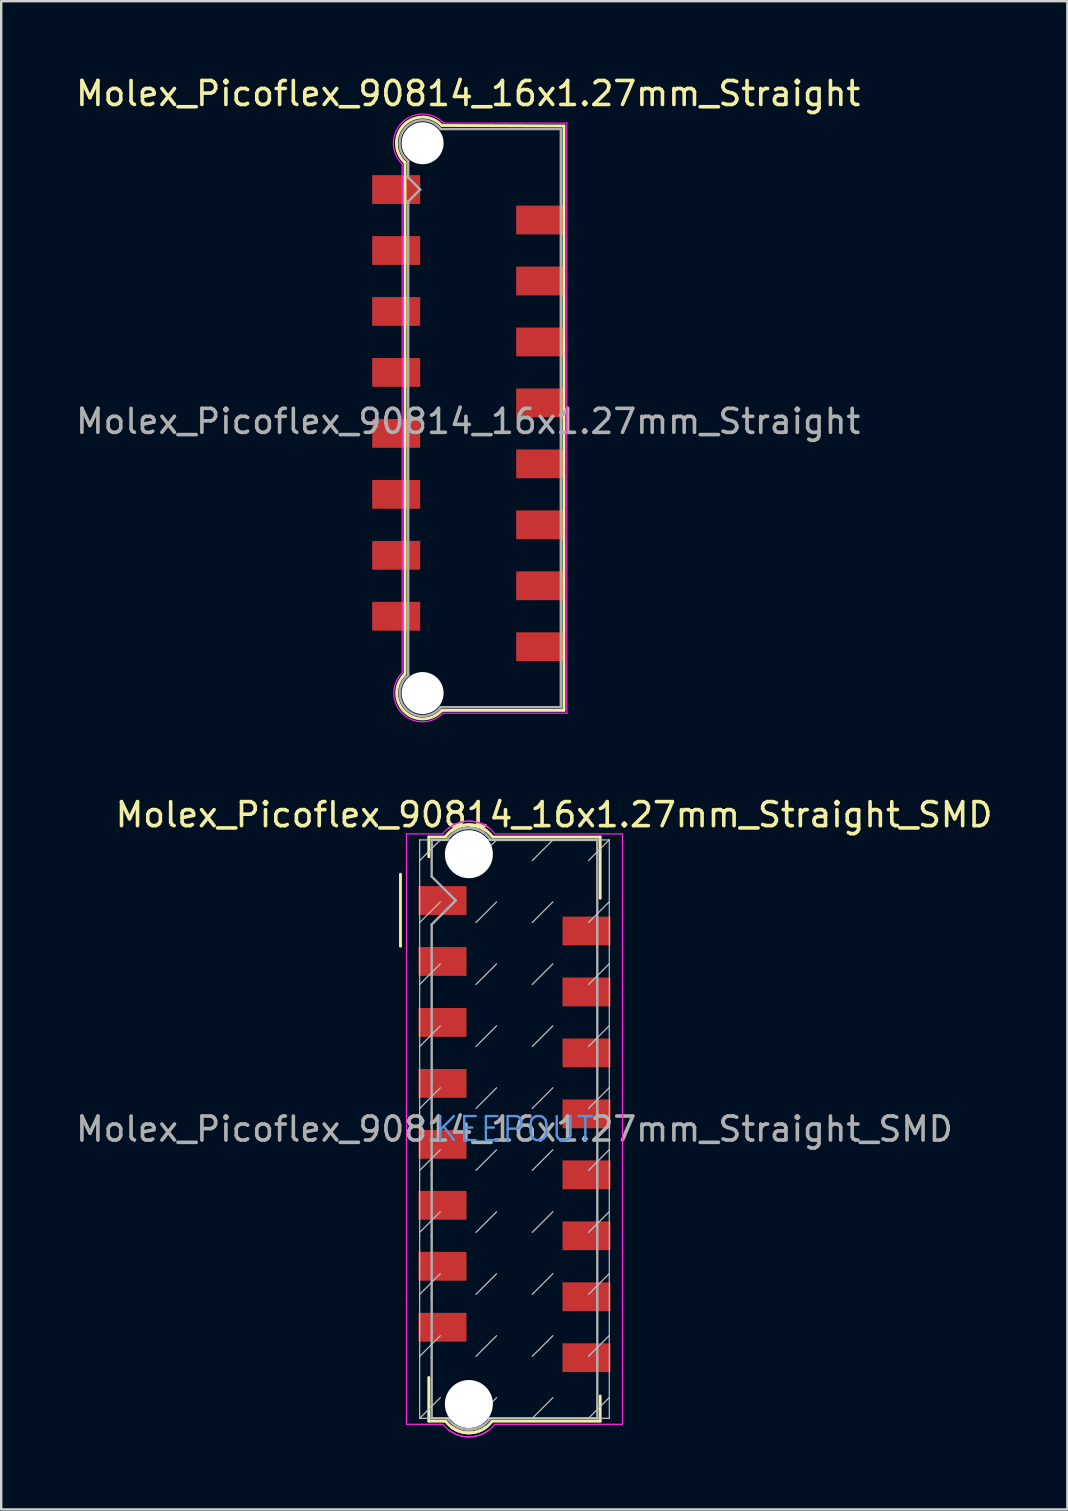
<source format=kicad_pcb>
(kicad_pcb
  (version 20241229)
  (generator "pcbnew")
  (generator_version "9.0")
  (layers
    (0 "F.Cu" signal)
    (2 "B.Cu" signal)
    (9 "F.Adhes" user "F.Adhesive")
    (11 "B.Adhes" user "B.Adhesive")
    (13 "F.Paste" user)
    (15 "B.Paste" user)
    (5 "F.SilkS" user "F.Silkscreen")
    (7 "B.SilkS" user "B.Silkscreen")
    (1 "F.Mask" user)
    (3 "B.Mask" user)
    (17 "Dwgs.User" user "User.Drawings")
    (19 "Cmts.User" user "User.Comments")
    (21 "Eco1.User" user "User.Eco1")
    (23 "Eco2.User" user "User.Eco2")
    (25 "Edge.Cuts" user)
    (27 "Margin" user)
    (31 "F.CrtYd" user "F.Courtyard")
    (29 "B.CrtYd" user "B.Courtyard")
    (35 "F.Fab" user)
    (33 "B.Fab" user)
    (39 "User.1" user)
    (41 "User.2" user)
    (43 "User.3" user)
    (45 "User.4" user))
  (footprint "Molex_Picoflex_90814_16x1.27mm_Straight"
    (layer "F.Cu")
    (at 13.458 4.848)
    (property "Reference" "Molex_Picoflex_90814_16x1.27mm_Straight" (at 3 -4 0) (layer "F.SilkS") (effects (font (size 1 1) (thickness 0.15))))
    (attr through_hole)
    (fp_line (start 0.37 -1.12) (end 0.37 20.17) (stroke (width 0.12) (type solid)) (layer "F.SilkS"))
    (fp_line (start 1.91 -2.67) (end 6.99 -2.65) (stroke (width 0.12) (type solid)) (layer "F.SilkS"))
    (fp_line (start 6.99 -2.65) (end 6.99 21.7) (stroke (width 0.12) (type solid)) (layer "F.SilkS"))
    (fp_line (start 6.99 21.7) (end 1.9 21.7) (stroke (width 0.12) (type solid)) (layer "F.SilkS"))
    (fp_arc (start 0.37 -1.12) (mid 0.323949 -2.695992) (end 1.900408 -2.670505) (stroke (width 0.12) (type solid)) (layer "F.SilkS"))
    (fp_arc (start 1.9 21.705) (mid 0.352266 21.758793) (end 0.34306 20.210151) (stroke (width 0.12) (type solid)) (layer "F.SilkS"))
    (fp_line (start 0.25 -1.07) (end 0.25 20.16) (stroke (width 0.05) (type solid)) (layer "F.CrtYd"))
    (fp_line (start 1.98 -2.77) (end 7.11 -2.77) (stroke (width 0.05) (type solid)) (layer "F.CrtYd"))
    (fp_line (start 7.11 -2.77) (end 7.11 21.82) (stroke (width 0.05) (type solid)) (layer "F.CrtYd"))
    (fp_line (start 7.11 21.82) (end 1.95 21.82) (stroke (width 0.05) (type solid)) (layer "F.CrtYd"))
    (fp_arc (start 0.25 -1.06) (mid 0.244967 -2.795054) (end 1.979845 -2.769805) (stroke (width 0.05) (type solid)) (layer "F.CrtYd"))
    (fp_arc (start 1.95 21.82) (mid 0.263717 21.833657) (end 0.242702 20.14745) (stroke (width 0.05) (type solid)) (layer "F.CrtYd"))
    (fp_line (start 0.5 -1.17) (end 0.5 -0.5) (stroke (width 0.1) (type solid)) (layer "F.Fab"))
    (fp_line (start 0.5 -0.5) (end 1 0) (stroke (width 0.1) (type solid)) (layer "F.Fab"))
    (fp_line (start 0.5 0.5) (end 0.5 20.22) (stroke (width 0.1) (type solid)) (layer "F.Fab"))
    (fp_line (start 1 0) (end 0.5 0.5) (stroke (width 0.1) (type solid)) (layer "F.Fab"))
    (fp_line (start 1.86 -2.52) (end 6.86 -2.52) (stroke (width 0.1) (type solid)) (layer "F.Fab"))
    (fp_line (start 6.86 -2.52) (end 6.86 21.57) (stroke (width 0.1) (type solid)) (layer "F.Fab"))
    (fp_line (start 6.86 21.57) (end 1.85 21.57) (stroke (width 0.1) (type solid)) (layer "F.Fab"))
    (fp_arc (start 0.5 -1.18) (mid 0.422743 -2.611045) (end 1.853335 -2.525807) (stroke (width 0.1) (type solid)) (layer "F.Fab"))
    (fp_arc (start 1.85 21.575) (mid 0.423923 21.657823) (end 0.503068 20.231537) (stroke (width 0.1) (type solid)) (layer "F.Fab"))
    (fp_text user "${REFERENCE}" (at 3 9.66 0) (layer "F.Fab") (effects (font (size 1 1) (thickness 0.15))))
    (pad "" np_thru_hole circle (at 1.1 -1.93) (size 1.75 1.75) (drill 1.75) (layers "*.Cu"))
    (pad "" np_thru_hole circle (at 1.1 20.98) (size 1.75 1.75) (drill 1.75) (layers "*.Cu"))
    (pad "1" smd rect (at 0 0) (size 2 1.2) (layers "F.Cu" "F.Mask" "F.Paste"))
    (pad "2" smd rect (at 6 1.27) (size 2 1.2) (layers "F.Cu" "F.Mask" "F.Paste"))
    (pad "3" smd rect (at 0 2.54) (size 2 1.2) (layers "F.Cu" "F.Mask" "F.Paste"))
    (pad "4" smd rect (at 6 3.81) (size 2 1.2) (layers "F.Cu" "F.Mask" "F.Paste"))
    (pad "5" smd rect (at 0 5.08) (size 2 1.2) (layers "F.Cu" "F.Mask" "F.Paste"))
    (pad "6" smd rect (at 6 6.35) (size 2 1.2) (layers "F.Cu" "F.Mask" "F.Paste"))
    (pad "7" smd rect (at 0 7.62) (size 2 1.2) (layers "F.Cu" "F.Mask" "F.Paste"))
    (pad "8" smd rect (at 6 8.89) (size 2 1.2) (layers "F.Cu" "F.Mask" "F.Paste"))
    (pad "9" smd rect (at 0 10.16) (size 2 1.2) (layers "F.Cu" "F.Mask" "F.Paste"))
    (pad "10" smd rect (at 6 11.43) (size 2 1.2) (layers "F.Cu" "F.Mask" "F.Paste"))
    (pad "11" smd rect (at 0 12.7) (size 2 1.2) (layers "F.Cu" "F.Mask" "F.Paste"))
    (pad "12" smd rect (at 6 13.97) (size 2 1.2) (layers "F.Cu" "F.Mask" "F.Paste"))
    (pad "13" smd rect (at 0 15.24) (size 2 1.2) (layers "F.Cu" "F.Mask" "F.Paste"))
    (pad "14" smd rect (at 6 16.51) (size 2 1.2) (layers "F.Cu" "F.Mask" "F.Paste"))
    (pad "15" smd rect (at 0 17.78) (size 2 1.2) (layers "F.Cu" "F.Mask" "F.Paste"))
    (pad "16" smd rect (at 6 19.05) (size 2 1.2) (layers "F.Cu" "F.Mask" "F.Paste")))
  (footprint "Molex_Picoflex_90814_16x1.27mm_Straight_SMD"
    (layer "F.Cu")
    (at 18.387 43.997)
    (property "Reference" "Molex_Picoflex_90814_16x1.27mm_Straight_SMD" (at 1.65 -13.1 0) (layer "F.SilkS") (effects (font (size 1 1) (thickness 0.15))))
    (attr smd)
    (fp_line (start -4.75 -10.62) (end -4.75 -7.62) (stroke (width 0.12) (type solid)) (layer "F.SilkS"))
    (fp_line (start -3.57 -12.17) (end -2.89 -12.17) (stroke (width 0.12) (type solid)) (layer "F.SilkS"))
    (fp_line (start -3.57 -11.35) (end -3.57 -12.17) (stroke (width 0.12) (type solid)) (layer "F.SilkS"))
    (fp_line (start -3.57 12.17) (end -3.57 10.35) (stroke (width 0.12) (type solid)) (layer "F.SilkS"))
    (fp_line (start -2.87 12.17) (end -3.57 12.17) (stroke (width 0.12) (type solid)) (layer "F.SilkS"))
    (fp_line (start -0.89 -12.17) (end 3.57 -12.17) (stroke (width 0.12) (type solid)) (layer "F.SilkS"))
    (fp_line (start 3.57 -12.17) (end 3.57 -9.62) (stroke (width 0.12) (type solid)) (layer "F.SilkS"))
    (fp_line (start 3.57 11.12) (end 3.57 12.17) (stroke (width 0.12) (type solid)) (layer "F.SilkS"))
    (fp_line (start 3.57 12.17) (end -0.9 12.17) (stroke (width 0.12) (type solid)) (layer "F.SilkS"))
    (fp_arc (start -2.88 -12.18) (mid -2.083848 -12.662082) (end -1.18 -12.44) (stroke (width 0.12) (type solid)) (layer "F.SilkS"))
    (fp_arc (start -2.61 -12.45) (mid -1.70201 -12.662082) (end -0.91 -12.17) (stroke (width 0.12) (type solid)) (layer "F.SilkS"))
    (fp_arc (start -1.18 12.42) (mid -2.076777 12.64501) (end -2.87 12.17) (stroke (width 0.12) (type solid)) (layer "F.SilkS"))
    (fp_arc (start -0.93 12.17) (mid -1.723223 12.64501) (end -2.62 12.42) (stroke (width 0.12) (type solid)) (layer "F.SilkS"))
    (fp_line (start -3.95 -11.19) (end -3.09 -12.05) (stroke (width 0.05) (type solid)) (layer "Dwgs.User"))
    (fp_line (start -3.95 -8.608) (end -3.09 -9.468) (stroke (width 0.05) (type solid)) (layer "Dwgs.User"))
    (fp_line (start -3.95 -6.026) (end -3.09 -6.886) (stroke (width 0.05) (type solid)) (layer "Dwgs.User"))
    (fp_line (start -3.95 -3.443) (end -3.09 -4.303) (stroke (width 0.05) (type solid)) (layer "Dwgs.User"))
    (fp_line (start -3.95 -0.861) (end -3.09 -1.721) (stroke (width 0.05) (type solid)) (layer "Dwgs.User"))
    (fp_line (start -3.95 -0.65) (end -3.95 -12.05) (stroke (width 0.05) (type solid)) (layer "Dwgs.User"))
    (fp_line (start -3.95 1.721) (end -3.09 0.861) (stroke (width 0.05) (type solid)) (layer "Dwgs.User"))
    (fp_line (start -3.95 1.89) (end -3.95 -0.65) (stroke (width 0.05) (type solid)) (layer "Dwgs.User"))
    (fp_line (start -3.95 4.303) (end -3.09 3.443) (stroke (width 0.05) (type solid)) (layer "Dwgs.User"))
    (fp_line (start -3.95 4.43) (end -3.95 1.89) (stroke (width 0.05) (type solid)) (layer "Dwgs.User"))
    (fp_line (start -3.95 4.43) (end -3.95 6.97) (stroke (width 0.05) (type solid)) (layer "Dwgs.User"))
    (fp_line (start -3.95 6.885) (end -3.09 6.025) (stroke (width 0.05) (type solid)) (layer "Dwgs.User"))
    (fp_line (start -3.95 6.97) (end -3.95 9.51) (stroke (width 0.05) (type solid)) (layer "Dwgs.User"))
    (fp_line (start -3.95 9.468) (end -3.09 8.608) (stroke (width 0.05) (type solid)) (layer "Dwgs.User"))
    (fp_line (start -3.95 9.51) (end -3.95 12.05) (stroke (width 0.05) (type solid)) (layer "Dwgs.User"))
    (fp_line (start -3.95 12.05) (end -3.09 11.19) (stroke (width 0.05) (type solid)) (layer "Dwgs.User"))
    (fp_line (start -3.95 12.05) (end 3.95 12.05) (stroke (width 0.05) (type solid)) (layer "Dwgs.User"))
    (fp_line (start -1.605 -11.19) (end -0.745 -12.05) (stroke (width 0.05) (type solid)) (layer "Dwgs.User"))
    (fp_line (start -1.605 -8.608) (end -0.745 -9.468) (stroke (width 0.05) (type solid)) (layer "Dwgs.User"))
    (fp_line (start -1.605 -6.026) (end -0.745 -6.886) (stroke (width 0.05) (type solid)) (layer "Dwgs.User"))
    (fp_line (start -1.605 -3.443) (end -0.745 -4.303) (stroke (width 0.05) (type solid)) (layer "Dwgs.User"))
    (fp_line (start -1.605 -0.861) (end -0.745 -1.721) (stroke (width 0.05) (type solid)) (layer "Dwgs.User"))
    (fp_line (start -1.605 1.721) (end -0.745 0.861) (stroke (width 0.05) (type solid)) (layer "Dwgs.User"))
    (fp_line (start -1.605 4.303) (end -0.745 3.443) (stroke (width 0.05) (type solid)) (layer "Dwgs.User"))
    (fp_line (start -1.605 6.885) (end -0.745 6.025) (stroke (width 0.05) (type solid)) (layer "Dwgs.User"))
    (fp_line (start -1.605 9.468) (end -0.745 8.608) (stroke (width 0.05) (type solid)) (layer "Dwgs.User"))
    (fp_line (start -1.605 12.05) (end -0.745 11.19) (stroke (width 0.05) (type solid)) (layer "Dwgs.User"))
    (fp_line (start 0.74 -11.19) (end 1.6 -12.05) (stroke (width 0.05) (type solid)) (layer "Dwgs.User"))
    (fp_line (start 0.74 -8.608) (end 1.6 -9.468) (stroke (width 0.05) (type solid)) (layer "Dwgs.User"))
    (fp_line (start 0.74 -6.026) (end 1.6 -6.886) (stroke (width 0.05) (type solid)) (layer "Dwgs.User"))
    (fp_line (start 0.74 -3.443) (end 1.6 -4.303) (stroke (width 0.05) (type solid)) (layer "Dwgs.User"))
    (fp_line (start 0.74 -0.861) (end 1.6 -1.721) (stroke (width 0.05) (type solid)) (layer "Dwgs.User"))
    (fp_line (start 0.74 1.721) (end 1.6 0.861) (stroke (width 0.05) (type solid)) (layer "Dwgs.User"))
    (fp_line (start 0.74 4.303) (end 1.6 3.443) (stroke (width 0.05) (type solid)) (layer "Dwgs.User"))
    (fp_line (start 0.74 6.885) (end 1.6 6.025) (stroke (width 0.05) (type solid)) (layer "Dwgs.User"))
    (fp_line (start 0.74 9.468) (end 1.6 8.608) (stroke (width 0.05) (type solid)) (layer "Dwgs.User"))
    (fp_line (start 0.74 12.05) (end 1.6 11.19) (stroke (width 0.05) (type solid)) (layer "Dwgs.User"))
    (fp_line (start 3.085 -11.19) (end 3.945 -12.05) (stroke (width 0.05) (type solid)) (layer "Dwgs.User"))
    (fp_line (start 3.085 -8.608) (end 3.945 -9.468) (stroke (width 0.05) (type solid)) (layer "Dwgs.User"))
    (fp_line (start 3.085 -6.026) (end 3.945 -6.886) (stroke (width 0.05) (type solid)) (layer "Dwgs.User"))
    (fp_line (start 3.085 -3.443) (end 3.945 -4.303) (stroke (width 0.05) (type solid)) (layer "Dwgs.User"))
    (fp_line (start 3.085 -0.861) (end 3.945 -1.721) (stroke (width 0.05) (type solid)) (layer "Dwgs.User"))
    (fp_line (start 3.085 1.721) (end 3.945 0.861) (stroke (width 0.05) (type solid)) (layer "Dwgs.User"))
    (fp_line (start 3.085 4.303) (end 3.945 3.443) (stroke (width 0.05) (type solid)) (layer "Dwgs.User"))
    (fp_line (start 3.085 6.885) (end 3.945 6.025) (stroke (width 0.05) (type solid)) (layer "Dwgs.User"))
    (fp_line (start 3.085 9.468) (end 3.945 8.608) (stroke (width 0.05) (type solid)) (layer "Dwgs.User"))
    (fp_line (start 3.085 12.05) (end 3.945 11.19) (stroke (width 0.05) (type solid)) (layer "Dwgs.User"))
    (fp_line (start 3.95 -12.05) (end -3.95 -12.05) (stroke (width 0.05) (type solid)) (layer "Dwgs.User"))
    (fp_line (start 3.95 -12.05) (end 3.95 -0.65) (stroke (width 0.05) (type solid)) (layer "Dwgs.User"))
    (fp_line (start 3.95 -0.65) (end 3.95 1.89) (stroke (width 0.05) (type solid)) (layer "Dwgs.User"))
    (fp_line (start 3.95 1.89) (end 3.95 4.43) (stroke (width 0.05) (type solid)) (layer "Dwgs.User"))
    (fp_line (start 3.95 4.43) (end 3.95 6.97) (stroke (width 0.05) (type solid)) (layer "Dwgs.User"))
    (fp_line (start 3.95 9.51) (end 3.95 6.97) (stroke (width 0.05) (type solid)) (layer "Dwgs.User"))
    (fp_line (start 3.95 9.51) (end 3.95 12.05) (stroke (width 0.05) (type solid)) (layer "Dwgs.User"))
    (fp_line (start -4.5 -12.3) (end -4.5 -0.4) (stroke (width 0.05) (type solid)) (layer "F.CrtYd"))
    (fp_line (start -4.5 -0.4) (end -4.5 2.14) (stroke (width 0.05) (type solid)) (layer "F.CrtYd"))
    (fp_line (start -4.5 2.14) (end -4.5 4.68) (stroke (width 0.05) (type solid)) (layer "F.CrtYd"))
    (fp_line (start -4.5 7.22) (end -4.5 4.68) (stroke (width 0.05) (type solid)) (layer "F.CrtYd"))
    (fp_line (start -4.5 9.76) (end -4.5 7.22) (stroke (width 0.05) (type solid)) (layer "F.CrtYd"))
    (fp_line (start -4.5 12.3) (end -4.5 9.76) (stroke (width 0.05) (type solid)) (layer "F.CrtYd"))
    (fp_line (start -4.5 12.3) (end -2.97 12.3) (stroke (width 0.05) (type solid)) (layer "F.CrtYd"))
    (fp_line (start -2.99 -12.3) (end -4.5 -12.3) (stroke (width 0.05) (type solid)) (layer "F.CrtYd"))
    (fp_line (start -0.82 -12.3) (end 4.5 -12.3) (stroke (width 0.05) (type solid)) (layer "F.CrtYd"))
    (fp_line (start 4.5 -12.3) (end 4.5 -0.4) (stroke (width 0.05) (type solid)) (layer "F.CrtYd"))
    (fp_line (start 4.5 2.14) (end 4.5 -0.4) (stroke (width 0.05) (type solid)) (layer "F.CrtYd"))
    (fp_line (start 4.5 4.68) (end 4.5 2.14) (stroke (width 0.05) (type solid)) (layer "F.CrtYd"))
    (fp_line (start 4.5 4.68) (end 4.5 7.22) (stroke (width 0.05) (type solid)) (layer "F.CrtYd"))
    (fp_line (start 4.5 9.76) (end 4.5 7.22) (stroke (width 0.05) (type solid)) (layer "F.CrtYd"))
    (fp_line (start 4.5 12.3) (end -0.82 12.3) (stroke (width 0.05) (type solid)) (layer "F.CrtYd"))
    (fp_line (start 4.5 12.3) (end 4.5 9.76) (stroke (width 0.05) (type solid)) (layer "F.CrtYd"))
    (fp_arc (start -2.99 -12.3) (mid -2.076777 -12.824716) (end -1.06 -12.55) (stroke (width 0.05) (type solid)) (layer "F.CrtYd"))
    (fp_arc (start -2.76 -12.53) (mid -1.751508 -12.824716) (end -0.83 -12.32) (stroke (width 0.05) (type solid)) (layer "F.CrtYd"))
    (fp_arc (start -1.04 12.52) (mid -2.048492 12.814716) (end -2.97 12.31) (stroke (width 0.05) (type solid)) (layer "F.CrtYd"))
    (fp_arc (start -0.82 12.3) (mid -1.737365 12.814716) (end -2.75 12.53) (stroke (width 0.05) (type solid)) (layer "F.CrtYd"))
    (fp_line (start -3.45 -12.05) (end -3.45 -10.525) (stroke (width 0.1) (type solid)) (layer "F.Fab"))
    (fp_line (start -3.45 -12.05) (end -2.81 -12.05) (stroke (width 0.1) (type solid)) (layer "F.Fab"))
    (fp_line (start -3.45 -8.525) (end -2.45 -9.525) (stroke (width 0.1) (type solid)) (layer "F.Fab"))
    (fp_line (start -3.45 -0.65) (end -3.45 -8.525) (stroke (width 0.1) (type solid)) (layer "F.Fab"))
    (fp_line (start -3.45 -0.65) (end -3.45 1.89) (stroke (width 0.1) (type solid)) (layer "F.Fab"))
    (fp_line (start -3.45 1.89) (end -3.45 4.43) (stroke (width 0.1) (type solid)) (layer "F.Fab"))
    (fp_line (start -3.45 4.43) (end -3.45 6.97) (stroke (width 0.1) (type solid)) (layer "F.Fab"))
    (fp_line (start -3.45 6.97) (end -3.45 9.51) (stroke (width 0.1) (type solid)) (layer "F.Fab"))
    (fp_line (start -3.45 9.51) (end -3.45 12.05) (stroke (width 0.1) (type solid)) (layer "F.Fab"))
    (fp_line (start -3.45 12.05) (end -2.79 12.05) (stroke (width 0.1) (type solid)) (layer "F.Fab"))
    (fp_line (start -2.45 -9.525) (end -3.45 -10.525) (stroke (width 0.1) (type solid)) (layer "F.Fab"))
    (fp_line (start -1 -12.05) (end 3.45 -12.05) (stroke (width 0.1) (type solid)) (layer "F.Fab"))
    (fp_line (start 3.45 -12.05) (end 3.45 -0.65) (stroke (width 0.1) (type solid)) (layer "F.Fab"))
    (fp_line (start 3.45 -0.65) (end 3.45 1.89) (stroke (width 0.1) (type solid)) (layer "F.Fab"))
    (fp_line (start 3.45 1.89) (end 3.45 4.43) (stroke (width 0.1) (type solid)) (layer "F.Fab"))
    (fp_line (start 3.45 4.43) (end 3.45 6.97) (stroke (width 0.1) (type solid)) (layer "F.Fab"))
    (fp_line (start 3.45 6.97) (end 3.45 9.51) (stroke (width 0.1) (type solid)) (layer "F.Fab"))
    (fp_line (start 3.45 9.51) (end 3.45 12.05) (stroke (width 0.1) (type solid)) (layer "F.Fab"))
    (fp_line (start 3.45 12.05) (end -1 12.05) (stroke (width 0.1) (type solid)) (layer "F.Fab"))
    (fp_arc (start -2.81 -12.06) (mid -2.119203 -12.527731) (end -1.3 -12.37) (stroke (width 0.1) (type solid)) (layer "F.Fab"))
    (fp_arc (start -2.49 -12.37) (mid -1.673726 -12.52066) (end -0.99 -12.05) (stroke (width 0.1) (type solid)) (layer "F.Fab"))
    (fp_arc (start -1.29 12.33) (mid -2.09799 12.50066) (end -2.79 12.05) (stroke (width 0.1) (type solid)) (layer "F.Fab"))
    (fp_arc (start -1.01 12.05) (mid -1.70201 12.50066) (end -2.51 12.33) (stroke (width 0.1) (type solid)) (layer "F.Fab"))
    (fp_text user "KEEPOUT" (at 0 0 0) (layer "Cmts.User") (effects (font (size 1 1) (thickness 0.1))))
    (fp_text user "${REFERENCE}" (at 0 0 0) (layer "F.Fab") (effects (font (size 1 1) (thickness 0.15))))
    (pad "" np_thru_hole circle (at -1.9 -11.455) (size 2 2) (drill 2) (layers "*.Cu" "*.Mask"))
    (pad "" np_thru_hole circle (at -1.9 11.455) (size 2 2) (drill 2) (layers "*.Cu" "*.Mask"))
    (pad "1" smd rect (at -3 -9.525) (size 2 1.2) (layers "F.Cu" "F.Mask" "F.Paste"))
    (pad "2" smd rect (at 3 -8.255) (size 2 1.2) (layers "F.Cu" "F.Mask" "F.Paste"))
    (pad "3" smd rect (at -3 -6.985) (size 2 1.2) (layers "F.Cu" "F.Mask" "F.Paste"))
    (pad "4" smd rect (at 3 -5.715) (size 2 1.2) (layers "F.Cu" "F.Mask" "F.Paste"))
    (pad "5" smd rect (at -3 -4.445) (size 2 1.2) (layers "F.Cu" "F.Mask" "F.Paste"))
    (pad "6" smd rect (at 3 -3.175) (size 2 1.2) (layers "F.Cu" "F.Mask" "F.Paste"))
    (pad "7" smd rect (at -3 -1.905) (size 2 1.2) (layers "F.Cu" "F.Mask" "F.Paste"))
    (pad "8" smd rect (at 3 -0.635) (size 2 1.2) (layers "F.Cu" "F.Mask" "F.Paste"))
    (pad "9" smd rect (at -3 0.635) (size 2 1.2) (layers "F.Cu" "F.Mask" "F.Paste"))
    (pad "10" smd rect (at 3 1.905) (size 2 1.2) (layers "F.Cu" "F.Mask" "F.Paste"))
    (pad "11" smd rect (at -3 3.175) (size 2 1.2) (layers "F.Cu" "F.Mask" "F.Paste"))
    (pad "12" smd rect (at 3 4.445) (size 2 1.2) (layers "F.Cu" "F.Mask" "F.Paste"))
    (pad "13" smd rect (at -3 5.715) (size 2 1.2) (layers "F.Cu" "F.Mask" "F.Paste"))
    (pad "14" smd rect (at 3 6.985) (size 2 1.2) (layers "F.Cu" "F.Mask" "F.Paste"))
    (pad "15" smd rect (at -3 8.255) (size 2 1.2) (layers "F.Cu" "F.Mask" "F.Paste"))
    (pad "16" smd rect (at 3 9.525) (size 2 1.2) (layers "F.Cu" "F.Mask" "F.Paste")))
  (gr_rect
    (start -3 -3)
    (end 41.424 59.846)
    (stroke (width 0.1) (type default))
    (fill no)
    (layer "Edge.Cuts")))
</source>
